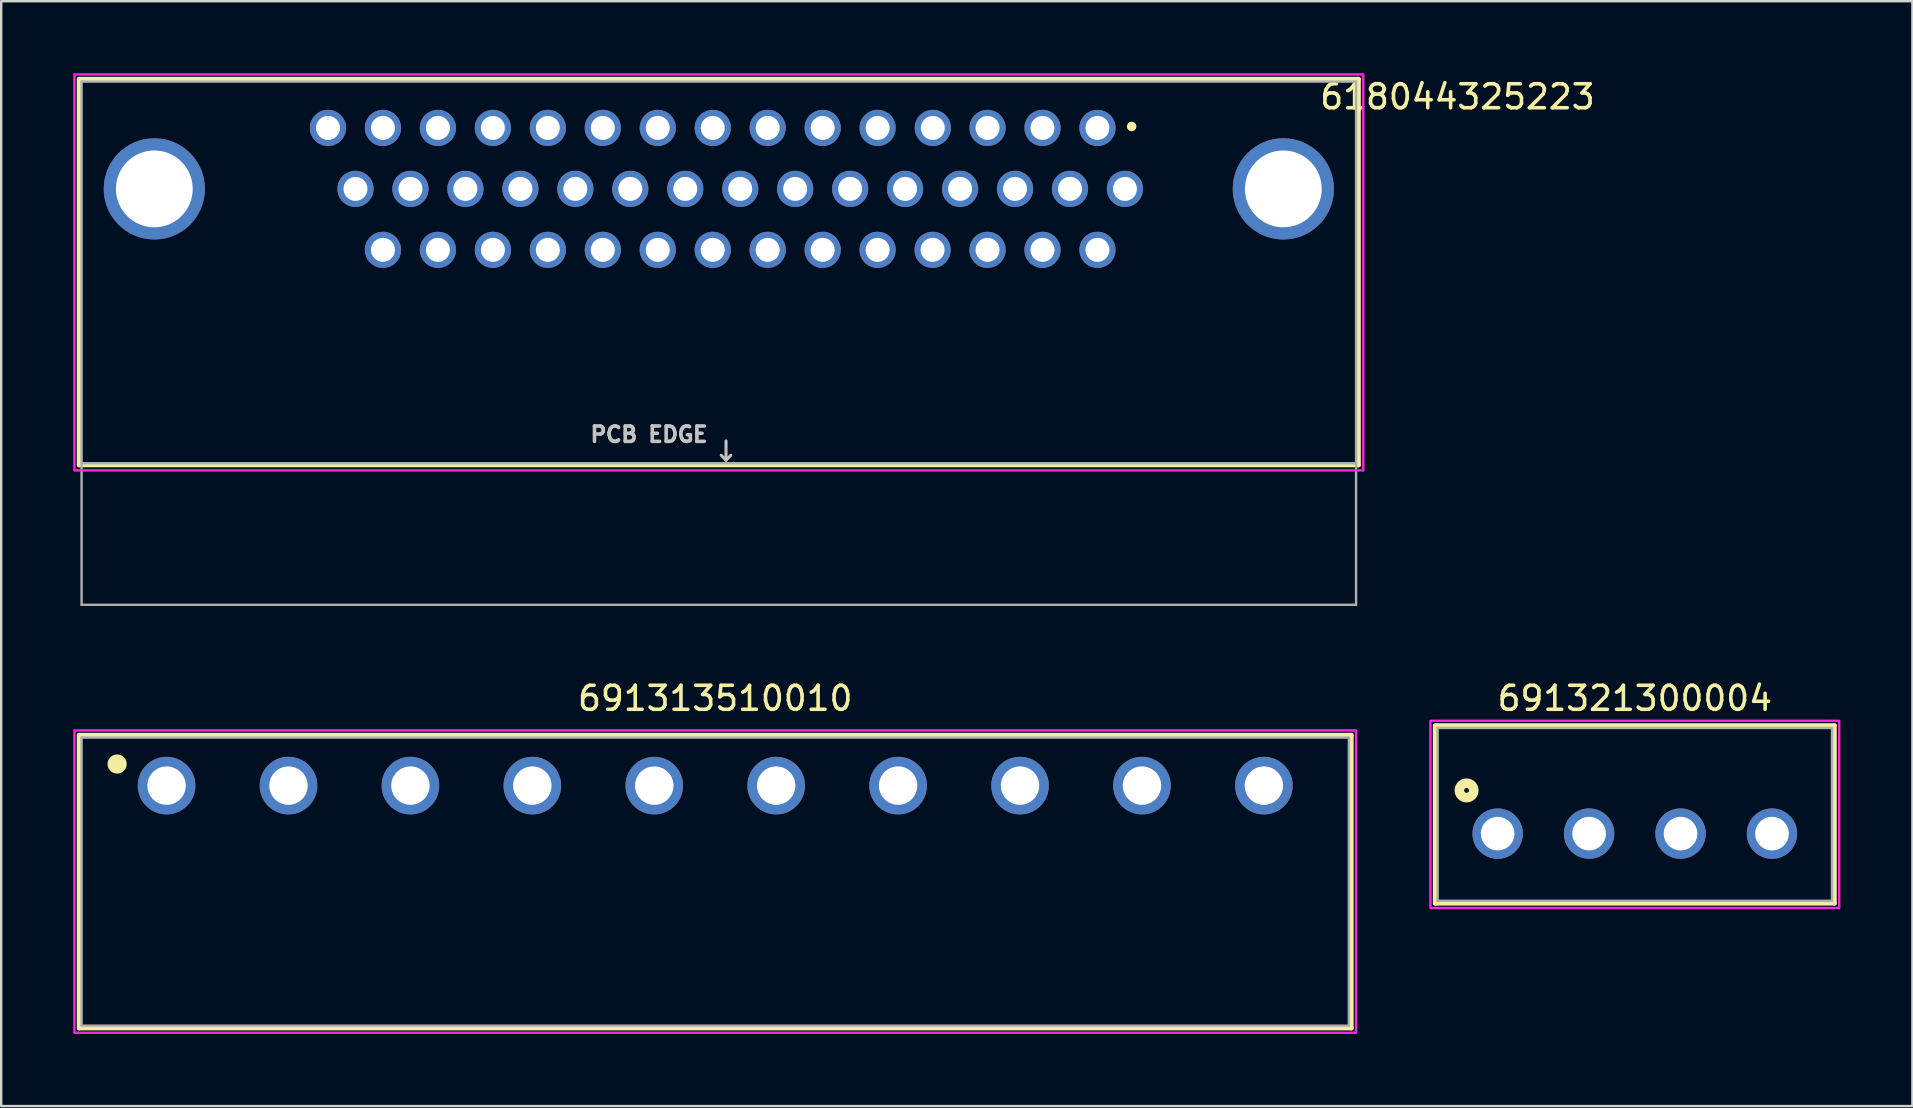
<source format=kicad_pcb>
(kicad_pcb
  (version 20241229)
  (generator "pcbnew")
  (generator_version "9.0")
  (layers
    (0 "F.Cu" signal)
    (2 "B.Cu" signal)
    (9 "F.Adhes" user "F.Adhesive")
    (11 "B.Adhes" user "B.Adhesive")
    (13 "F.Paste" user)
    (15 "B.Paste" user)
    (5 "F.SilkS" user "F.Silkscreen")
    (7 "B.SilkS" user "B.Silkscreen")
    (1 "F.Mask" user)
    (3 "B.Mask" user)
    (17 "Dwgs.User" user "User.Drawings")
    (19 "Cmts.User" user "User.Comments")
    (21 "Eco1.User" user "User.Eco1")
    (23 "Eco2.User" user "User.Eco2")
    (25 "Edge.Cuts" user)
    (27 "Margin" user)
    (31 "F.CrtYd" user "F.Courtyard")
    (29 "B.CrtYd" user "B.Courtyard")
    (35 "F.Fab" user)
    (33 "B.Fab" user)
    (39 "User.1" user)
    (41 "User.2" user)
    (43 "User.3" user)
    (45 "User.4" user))
  (footprint "691321300004"
    (layer "F.Cu")
    (at 65.065 31.683)
    (property "Reference" "691321300004" (at 0 -5.635 0) (layer "F.SilkS") (effects (font (size 1 1) (thickness 0.15))))
    (attr through_hole)
    (fp_line (start -8.315 -4.5) (end 8.315 -4.5) (stroke (width 0.2) (type solid)) (layer "F.SilkS"))
    (fp_line (start -8.315 2.9) (end -8.315 -4.5) (stroke (width 0.2) (type solid)) (layer "F.SilkS"))
    (fp_line (start 8.315 -4.5) (end 8.315 2.9) (stroke (width 0.2) (type solid)) (layer "F.SilkS"))
    (fp_line (start 8.315 2.9) (end -8.315 2.9) (stroke (width 0.2) (type solid)) (layer "F.SilkS"))
    (fp_circle (center -7.01 -1.8) (end -6.91 -1.8) (stroke (width 0.4) (type solid)) (fill no) (layer "F.SilkS"))
    (fp_poly (pts (xy -8.515 -4.7) (xy 8.515 -4.7) (xy 8.515 3.1) (xy -8.515 3.1)) (stroke (width 0.1) (type solid)) (fill no) (layer "F.CrtYd"))
    (fp_line (start -8.215 -4.4) (end -8.215 2.8) (stroke (width 0.1) (type solid)) (layer "F.Fab"))
    (fp_line (start -8.215 2.8) (end 8.215 2.8) (stroke (width 0.1) (type solid)) (layer "F.Fab"))
    (fp_line (start 8.215 -4.4) (end -8.215 -4.4) (stroke (width 0.1) (type solid)) (layer "F.Fab"))
    (fp_line (start 8.215 2.8) (end 8.215 -4.4) (stroke (width 0.1) (type solid)) (layer "F.Fab"))
    (pad "1" thru_hole circle (at -5.715 0) (size 2.1 2.1) (drill 1.4) (layers "*.Cu" "*.Mask"))
    (pad "2" thru_hole circle (at -1.905 0) (size 2.1 2.1) (drill 1.4) (layers "*.Cu" "*.Mask"))
    (pad "3" thru_hole circle (at 1.905 0) (size 2.1 2.1) (drill 1.4) (layers "*.Cu" "*.Mask"))
    (pad "4" thru_hole circle (at 5.715 0) (size 2.1 2.1) (drill 1.4) (layers "*.Cu" "*.Mask")))
  (footprint "691313510010"
    (layer "F.Cu")
    (at 26.75 29.683)
    (property "Reference" "691313510010" (at 0 -3.635 0) (layer "F.SilkS") (effects (font (size 1 1) (thickness 0.15))))
    (attr through_hole)
    (fp_line (start -26.5 -2.1) (end 26.5 -2.1) (stroke (width 0.2) (type solid)) (layer "F.SilkS"))
    (fp_line (start -26.5 10.1) (end -26.5 -2.1) (stroke (width 0.2) (type solid)) (layer "F.SilkS"))
    (fp_line (start 26.5 -2.1) (end 26.5 10.1) (stroke (width 0.2) (type solid)) (layer "F.SilkS"))
    (fp_line (start 26.5 10.1) (end -26.5 10.1) (stroke (width 0.2) (type solid)) (layer "F.SilkS"))
    (fp_circle (center -24.92 -0.9) (end -24.72 -0.9) (stroke (width 0.4) (type solid)) (fill no) (layer "F.SilkS"))
    (fp_poly (pts (xy -26.7 -2.3) (xy 26.7 -2.3) (xy 26.7 10.3) (xy -26.7 10.3)) (stroke (width 0.1) (type solid)) (fill no) (layer "F.CrtYd"))
    (fp_line (start -26.4 -2) (end -26.4 10) (stroke (width 0.1) (type solid)) (layer "F.Fab"))
    (fp_line (start -26.4 10) (end 26.4 10) (stroke (width 0.1) (type solid)) (layer "F.Fab"))
    (fp_line (start 26.4 -2) (end -26.4 -2) (stroke (width 0.1) (type solid)) (layer "F.Fab"))
    (fp_line (start 26.4 10) (end 26.4 -2) (stroke (width 0.1) (type solid)) (layer "F.Fab"))
    (pad "1" thru_hole circle (at -22.86 0) (size 2.4 2.4) (drill 1.6) (layers "*.Cu" "*.Mask"))
    (pad "2" thru_hole circle (at -17.78 0) (size 2.4 2.4) (drill 1.6) (layers "*.Cu" "*.Mask"))
    (pad "3" thru_hole circle (at -12.7 0) (size 2.4 2.4) (drill 1.6) (layers "*.Cu" "*.Mask"))
    (pad "4" thru_hole circle (at -7.62 0) (size 2.4 2.4) (drill 1.6) (layers "*.Cu" "*.Mask"))
    (pad "5" thru_hole circle (at -2.54 0) (size 2.4 2.4) (drill 1.6) (layers "*.Cu" "*.Mask"))
    (pad "6" thru_hole circle (at 2.54 0) (size 2.4 2.4) (drill 1.6) (layers "*.Cu" "*.Mask"))
    (pad "7" thru_hole circle (at 7.62 0) (size 2.4 2.4) (drill 1.6) (layers "*.Cu" "*.Mask"))
    (pad "8" thru_hole circle (at 12.7 0) (size 2.4 2.4) (drill 1.6) (layers "*.Cu" "*.Mask"))
    (pad "9" thru_hole circle (at 17.78 0) (size 2.4 2.4) (drill 1.6) (layers "*.Cu" "*.Mask"))
    (pad "10" thru_hole circle (at 22.86 0) (size 2.4 2.4) (drill 1.6) (layers "*.Cu" "*.Mask")))
  (footprint "618044325223"
    (layer "F.Cu")
    (at 26.9 11.25)
    (property "Reference" "618044325223" (at 30.775 -10.265 0) (layer "F.SilkS") (effects (font (size 1 1) (thickness 0.15))))
    (attr through_hole)
    (fp_line (start -26.65 -11) (end 26.65 -11) (stroke (width 0.2) (type solid)) (layer "F.SilkS"))
    (fp_line (start -26.65 5.07) (end -26.65 -11) (stroke (width 0.2) (type solid)) (layer "F.SilkS"))
    (fp_line (start 26.65 -11) (end 26.65 5.07) (stroke (width 0.2) (type solid)) (layer "F.SilkS"))
    (fp_line (start 26.65 5.07) (end -26.65 5.07) (stroke (width 0.2) (type solid)) (layer "F.SilkS"))
    (fp_circle (center 17.2 -9.03) (end 17.3 -9.03) (stroke (width 0.2) (type solid)) (fill no) (layer "F.SilkS"))
    (fp_line (start 0.3 4.07) (end 0.3 4.87) (stroke (width 0.127) (type solid)) (layer "Dwgs.User"))
    (fp_line (start 0.3 4.87) (end 0.1 4.67) (stroke (width 0.127) (type solid)) (layer "Dwgs.User"))
    (fp_line (start 0.3 4.87) (end 0.5 4.67) (stroke (width 0.127) (type solid)) (layer "Dwgs.User"))
    (fp_poly (pts (xy -26.85 -11.2) (xy 26.85 -11.2) (xy 26.85 5.3) (xy -26.85 5.3)) (stroke (width 0.1) (type solid)) (fill no) (layer "F.CrtYd"))
    (fp_line (start -26.55 -10.9) (end 26.55 -10.9) (stroke (width 0.1) (type solid)) (layer "F.Fab"))
    (fp_line (start -26.55 5) (end -26.55 -10.9) (stroke (width 0.1) (type solid)) (layer "F.Fab"))
    (fp_line (start -26.55 10.9) (end -26.55 5) (stroke (width 0.1) (type solid)) (layer "F.Fab"))
    (fp_line (start 26.55 -10.9) (end 26.55 5) (stroke (width 0.1) (type solid)) (layer "F.Fab"))
    (fp_line (start 26.55 5) (end -26.55 5) (stroke (width 0.1) (type solid)) (layer "F.Fab"))
    (fp_line (start 26.55 5) (end 26.55 10.9) (stroke (width 0.1) (type solid)) (layer "F.Fab"))
    (fp_line (start 26.55 10.9) (end -26.55 10.9) (stroke (width 0.1) (type solid)) (layer "F.Fab"))
    (fp_text user "PCB EDGE" (at -2.91 3.8 0) (layer "Dwgs.User") (effects (font (size 0.64 0.64) (thickness 0.15))))
    (pad "1" thru_hole circle (at 15.776 -8.97) (size 1.508 1.508) (drill 1) (layers "*.Cu" "*.Mask"))
    (pad "2" thru_hole circle (at 13.486 -8.97) (size 1.508 1.508) (drill 1) (layers "*.Cu" "*.Mask"))
    (pad "3" thru_hole circle (at 11.196 -8.97) (size 1.508 1.508) (drill 1) (layers "*.Cu" "*.Mask"))
    (pad "4" thru_hole circle (at 8.916 -8.97) (size 1.508 1.508) (drill 1) (layers "*.Cu" "*.Mask"))
    (pad "5" thru_hole circle (at 6.616 -8.97) (size 1.508 1.508) (drill 1) (layers "*.Cu" "*.Mask"))
    (pad "6" thru_hole circle (at 4.326 -8.97) (size 1.508 1.508) (drill 1) (layers "*.Cu" "*.Mask"))
    (pad "7" thru_hole circle (at 2.036 -8.97) (size 1.508 1.508) (drill 1) (layers "*.Cu" "*.Mask"))
    (pad "8" thru_hole circle (at -0.254 -8.97) (size 1.508 1.508) (drill 1) (layers "*.Cu" "*.Mask"))
    (pad "9" thru_hole circle (at -2.544 -8.97) (size 1.508 1.508) (drill 1) (layers "*.Cu" "*.Mask"))
    (pad "10" thru_hole circle (at -4.834 -8.97) (size 1.508 1.508) (drill 1) (layers "*.Cu" "*.Mask"))
    (pad "11" thru_hole circle (at -7.124 -8.97) (size 1.508 1.508) (drill 1) (layers "*.Cu" "*.Mask"))
    (pad "12" thru_hole circle (at -9.414 -8.97) (size 1.508 1.508) (drill 1) (layers "*.Cu" "*.Mask"))
    (pad "13" thru_hole circle (at -11.704 -8.97) (size 1.508 1.508) (drill 1) (layers "*.Cu" "*.Mask"))
    (pad "14" thru_hole circle (at -13.994 -8.97) (size 1.508 1.508) (drill 1) (layers "*.Cu" "*.Mask"))
    (pad "15" thru_hole circle (at -16.284 -8.97) (size 1.508 1.508) (drill 1) (layers "*.Cu" "*.Mask"))
    (pad "16" thru_hole circle (at 16.921 -6.43) (size 1.508 1.508) (drill 1) (layers "*.Cu" "*.Mask"))
    (pad "17" thru_hole circle (at 14.631 -6.43) (size 1.508 1.508) (drill 1) (layers "*.Cu" "*.Mask"))
    (pad "18" thru_hole circle (at 12.341 -6.43) (size 1.508 1.508) (drill 1) (layers "*.Cu" "*.Mask"))
    (pad "19" thru_hole circle (at 10.051 -6.43) (size 1.508 1.508) (drill 1) (layers "*.Cu" "*.Mask"))
    (pad "20" thru_hole circle (at 7.761 -6.43) (size 1.508 1.508) (drill 1) (layers "*.Cu" "*.Mask"))
    (pad "21" thru_hole circle (at 5.471 -6.43) (size 1.508 1.508) (drill 1) (layers "*.Cu" "*.Mask"))
    (pad "22" thru_hole circle (at 3.181 -6.43) (size 1.508 1.508) (drill 1) (layers "*.Cu" "*.Mask"))
    (pad "23" thru_hole circle (at 0.891 -6.43) (size 1.508 1.508) (drill 1) (layers "*.Cu" "*.Mask"))
    (pad "24" thru_hole circle (at -1.399 -6.43) (size 1.508 1.508) (drill 1) (layers "*.Cu" "*.Mask"))
    (pad "25" thru_hole circle (at -3.689 -6.43) (size 1.508 1.508) (drill 1) (layers "*.Cu" "*.Mask"))
    (pad "26" thru_hole circle (at -5.979 -6.43) (size 1.508 1.508) (drill 1) (layers "*.Cu" "*.Mask"))
    (pad "27" thru_hole circle (at -8.269 -6.43) (size 1.508 1.508) (drill 1) (layers "*.Cu" "*.Mask"))
    (pad "28" thru_hole circle (at -10.559 -6.43) (size 1.508 1.508) (drill 1) (layers "*.Cu" "*.Mask"))
    (pad "29" thru_hole circle (at -12.849 -6.43) (size 1.508 1.508) (drill 1) (layers "*.Cu" "*.Mask"))
    (pad "30" thru_hole circle (at -15.139 -6.43) (size 1.508 1.508) (drill 1) (layers "*.Cu" "*.Mask"))
    (pad "31" thru_hole circle (at 15.776 -3.89) (size 1.508 1.508) (drill 1) (layers "*.Cu" "*.Mask"))
    (pad "32" thru_hole circle (at 13.486 -3.89) (size 1.508 1.508) (drill 1) (layers "*.Cu" "*.Mask"))
    (pad "33" thru_hole circle (at 11.196 -3.89) (size 1.508 1.508) (drill 1) (layers "*.Cu" "*.Mask"))
    (pad "34" thru_hole circle (at 8.906 -3.89) (size 1.508 1.508) (drill 1) (layers "*.Cu" "*.Mask"))
    (pad "35" thru_hole circle (at 6.616 -3.89) (size 1.508 1.508) (drill 1) (layers "*.Cu" "*.Mask"))
    (pad "36" thru_hole circle (at 4.326 -3.89) (size 1.508 1.508) (drill 1) (layers "*.Cu" "*.Mask"))
    (pad "37" thru_hole circle (at 2.036 -3.89) (size 1.508 1.508) (drill 1) (layers "*.Cu" "*.Mask"))
    (pad "38" thru_hole circle (at -0.254 -3.89) (size 1.508 1.508) (drill 1) (layers "*.Cu" "*.Mask"))
    (pad "39" thru_hole circle (at -2.544 -3.89) (size 1.508 1.508) (drill 1) (layers "*.Cu" "*.Mask"))
    (pad "40" thru_hole circle (at -4.834 -3.89) (size 1.508 1.508) (drill 1) (layers "*.Cu" "*.Mask"))
    (pad "41" thru_hole circle (at -7.124 -3.89) (size 1.508 1.508) (drill 1) (layers "*.Cu" "*.Mask"))
    (pad "42" thru_hole circle (at -9.414 -3.89) (size 1.508 1.508) (drill 1) (layers "*.Cu" "*.Mask"))
    (pad "43" thru_hole circle (at -11.704 -3.89) (size 1.508 1.508) (drill 1) (layers "*.Cu" "*.Mask"))
    (pad "44" thru_hole circle (at -13.994 -3.89) (size 1.508 1.508) (drill 1) (layers "*.Cu" "*.Mask"))
    (pad "S1" thru_hole circle (at -23.52 -6.43) (size 4.216 4.216) (drill 3.2) (layers "*.Cu" "*.Mask"))
    (pad "S2" thru_hole circle (at 23.52 -6.43) (size 4.216 4.216) (drill 3.2) (layers "*.Cu" "*.Mask")))
  (gr_rect
    (start -3 -3)
    (end 76.63 43.033)
    (stroke (width 0.1) (type default))
    (fill no)
    (layer "Edge.Cuts")))
</source>
